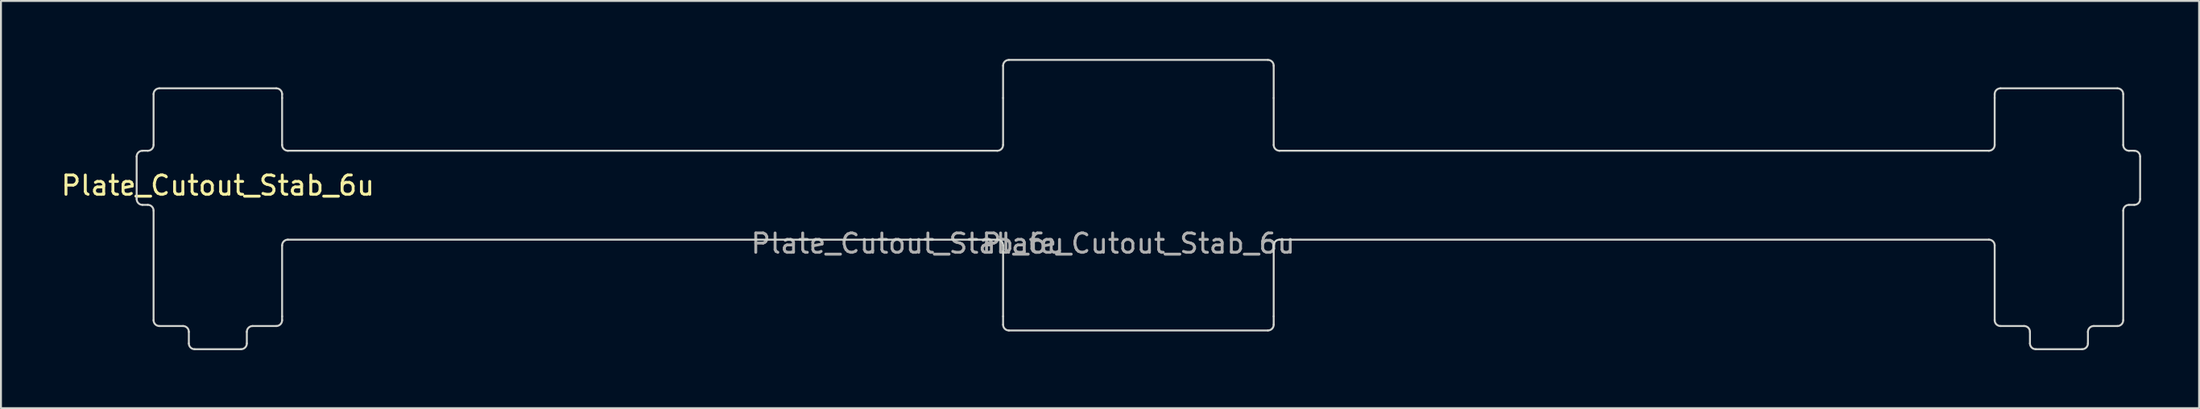
<source format=kicad_pcb>
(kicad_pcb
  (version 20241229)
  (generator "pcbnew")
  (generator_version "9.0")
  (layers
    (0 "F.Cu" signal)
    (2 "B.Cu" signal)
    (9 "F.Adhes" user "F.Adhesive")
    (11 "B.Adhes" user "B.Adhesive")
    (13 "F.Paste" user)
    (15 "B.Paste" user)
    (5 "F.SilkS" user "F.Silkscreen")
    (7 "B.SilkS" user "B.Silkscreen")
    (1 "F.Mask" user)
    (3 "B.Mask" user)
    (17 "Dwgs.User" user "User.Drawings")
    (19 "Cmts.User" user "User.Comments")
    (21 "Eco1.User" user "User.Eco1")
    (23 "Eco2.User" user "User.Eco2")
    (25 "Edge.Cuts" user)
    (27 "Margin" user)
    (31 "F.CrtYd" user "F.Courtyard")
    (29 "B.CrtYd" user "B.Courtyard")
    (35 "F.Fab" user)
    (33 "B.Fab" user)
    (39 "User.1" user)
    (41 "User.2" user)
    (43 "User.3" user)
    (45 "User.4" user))
  (footprint "Plate_Cutout_Stab_6u"
    (layer "F.Cu")
    (at 55.845 7.05)
    (property "Reference" "Plate_Cutout_Stab_6u" (at -47.625 -0.5 0) (unlocked yes) (layer "F.SilkS") (effects (font (size 1 1) (thickness 0.15))))
    (attr through_hole)
    (fp_line (start -51.825 -2) (end -51.825 0.2) (stroke (width 0.1) (type default)) (layer "Edge.Cuts"))
    (fp_line (start -51.525 0.5) (end -51.25 0.5) (stroke (width 0.1) (type default)) (layer "Edge.Cuts"))
    (fp_line (start -51.25 -2.3) (end -51.525 -2.3) (stroke (width 0.1) (type default)) (layer "Edge.Cuts"))
    (fp_line (start -50.95 -2.6) (end -50.95 -5.23) (stroke (width 0.1) (type default)) (layer "Edge.Cuts"))
    (fp_line (start -50.95 0.8) (end -50.95 6.47) (stroke (width 0.1) (type default)) (layer "Edge.Cuts"))
    (fp_line (start -50.65 -5.53) (end -44.6 -5.53) (stroke (width 0.1) (type default)) (layer "Edge.Cuts"))
    (fp_line (start -50.65 6.77) (end -49.425 6.77) (stroke (width 0.1) (type default)) (layer "Edge.Cuts"))
    (fp_line (start -49.125 7.07) (end -49.125 7.67) (stroke (width 0.1) (type default)) (layer "Edge.Cuts"))
    (fp_line (start -48.825 7.97) (end -46.425 7.97) (stroke (width 0.1) (type default)) (layer "Edge.Cuts"))
    (fp_line (start -46.125 7.67) (end -46.125 7.07) (stroke (width 0.1) (type default)) (layer "Edge.Cuts"))
    (fp_line (start -45.825 6.77) (end -44.6 6.77) (stroke (width 0.1) (type default)) (layer "Edge.Cuts"))
    (fp_line (start -44.3 -5.23) (end -44.3 -5.03) (stroke (width 0.1) (type default)) (layer "Edge.Cuts"))
    (fp_line (start -44.3 -5.03) (end -44.3 -2.6) (stroke (width 0.1) (type default)) (layer "Edge.Cuts"))
    (fp_line (start -44.3 6.27) (end -44.3 2.6) (stroke (width 0.1) (type default)) (layer "Edge.Cuts"))
    (fp_line (start -44.3 6.47) (end -44.3 6.27) (stroke (width 0.1) (type default)) (layer "Edge.Cuts"))
    (fp_line (start -44 2.3) (end -7.3 2.3) (stroke (width 0.1) (type default)) (layer "Edge.Cuts"))
    (fp_line (start -7.3 -2.3) (end -44 -2.3) (stroke (width 0.1) (type default)) (layer "Edge.Cuts"))
    (fp_line (start -7 -6.7) (end -7 -5.03) (stroke (width 0.1) (type default)) (layer "Edge.Cuts"))
    (fp_line (start -7 -2.6) (end -7 -5.03) (stroke (width 0.1) (type default)) (layer "Edge.Cuts"))
    (fp_line (start -7 2.6) (end -7 6.27) (stroke (width 0.1) (type default)) (layer "Edge.Cuts"))
    (fp_line (start -7 6.7) (end -7 6.27) (stroke (width 0.1) (type default)) (layer "Edge.Cuts"))
    (fp_line (start -6.7 -7) (end 6.7 -7) (stroke (width 0.1) (type solid)) (layer "Edge.Cuts"))
    (fp_line (start -6.7 7) (end 6.7 7) (stroke (width 0.1) (type solid)) (layer "Edge.Cuts"))
    (fp_line (start 7 -6.7) (end 7 -5.03) (stroke (width 0.1) (type default)) (layer "Edge.Cuts"))
    (fp_line (start 7 -2.6) (end 7 -5.03) (stroke (width 0.1) (type default)) (layer "Edge.Cuts"))
    (fp_line (start 7 6.27) (end 7 2.6) (stroke (width 0.1) (type default)) (layer "Edge.Cuts"))
    (fp_line (start 7 6.7) (end 7 6.27) (stroke (width 0.1) (type default)) (layer "Edge.Cuts"))
    (fp_line (start 7.3 -2.3) (end 44 -2.3) (stroke (width 0.1) (type default)) (layer "Edge.Cuts"))
    (fp_line (start 44 2.3) (end 7.3 2.3) (stroke (width 0.1) (type default)) (layer "Edge.Cuts"))
    (fp_line (start 44.3 -5.03) (end 44.3 -5.23) (stroke (width 0.1) (type default)) (layer "Edge.Cuts"))
    (fp_line (start 44.3 -5.03) (end 44.3 -2.6) (stroke (width 0.1) (type default)) (layer "Edge.Cuts"))
    (fp_line (start 44.3 2.6) (end 44.3 6.47) (stroke (width 0.1) (type default)) (layer "Edge.Cuts"))
    (fp_line (start 44.6 -5.53) (end 50.65 -5.53) (stroke (width 0.1) (type default)) (layer "Edge.Cuts"))
    (fp_line (start 45.825 6.77) (end 44.6 6.77) (stroke (width 0.1) (type default)) (layer "Edge.Cuts"))
    (fp_line (start 46.125 7.67) (end 46.125 7.07) (stroke (width 0.1) (type default)) (layer "Edge.Cuts"))
    (fp_line (start 48.825 7.97) (end 46.425 7.97) (stroke (width 0.1) (type default)) (layer "Edge.Cuts"))
    (fp_line (start 49.125 7.07) (end 49.125 7.67) (stroke (width 0.1) (type default)) (layer "Edge.Cuts"))
    (fp_line (start 50.65 6.77) (end 49.425 6.77) (stroke (width 0.1) (type default)) (layer "Edge.Cuts"))
    (fp_line (start 50.95 -5.23) (end 50.95 -2.6) (stroke (width 0.1) (type default)) (layer "Edge.Cuts"))
    (fp_line (start 50.95 0.8) (end 50.95 6.47) (stroke (width 0.1) (type default)) (layer "Edge.Cuts"))
    (fp_line (start 51.25 -2.3) (end 51.525 -2.3) (stroke (width 0.1) (type default)) (layer "Edge.Cuts"))
    (fp_line (start 51.525 0.5) (end 51.25 0.5) (stroke (width 0.1) (type default)) (layer "Edge.Cuts"))
    (fp_line (start 51.825 -2) (end 51.825 0.2) (stroke (width 0.1) (type default)) (layer "Edge.Cuts"))
    (fp_arc (start -51.825 -2) (mid -51.737132 -2.212132) (end -51.525 -2.3) (stroke (width 0.1) (type default)) (layer "Edge.Cuts"))
    (fp_arc (start -51.525 0.5) (mid -51.737132 0.412132) (end -51.825 0.2) (stroke (width 0.1) (type default)) (layer "Edge.Cuts"))
    (fp_arc (start -51.25 0.5) (mid -51.037868 0.587868) (end -50.95 0.8) (stroke (width 0.1) (type default)) (layer "Edge.Cuts"))
    (fp_arc (start -50.95 -5.23) (mid -50.862132 -5.442132) (end -50.65 -5.53) (stroke (width 0.1) (type default)) (layer "Edge.Cuts"))
    (fp_arc (start -50.95 -2.6) (mid -51.037868 -2.387868) (end -51.25 -2.3) (stroke (width 0.1) (type default)) (layer "Edge.Cuts"))
    (fp_arc (start -50.65 6.77) (mid -50.862132 6.682132) (end -50.95 6.47) (stroke (width 0.1) (type default)) (layer "Edge.Cuts"))
    (fp_arc (start -49.425 6.77) (mid -49.212868 6.857868) (end -49.125 7.07) (stroke (width 0.1) (type default)) (layer "Edge.Cuts"))
    (fp_arc (start -48.825 7.97) (mid -49.037132 7.882132) (end -49.125 7.67) (stroke (width 0.1) (type default)) (layer "Edge.Cuts"))
    (fp_arc (start -46.125 7.07) (mid -46.037132 6.857868) (end -45.825 6.77) (stroke (width 0.1) (type default)) (layer "Edge.Cuts"))
    (fp_arc (start -46.125 7.67) (mid -46.212868 7.882132) (end -46.425 7.97) (stroke (width 0.1) (type default)) (layer "Edge.Cuts"))
    (fp_arc (start -44.6 -5.53) (mid -44.387868 -5.442132) (end -44.3 -5.23) (stroke (width 0.1) (type default)) (layer "Edge.Cuts"))
    (fp_arc (start -44.3 2.6) (mid -44.212132 2.387868) (end -44 2.3) (stroke (width 0.1) (type default)) (layer "Edge.Cuts"))
    (fp_arc (start -44.3 6.47) (mid -44.387868 6.682132) (end -44.6 6.77) (stroke (width 0.1) (type default)) (layer "Edge.Cuts"))
    (fp_arc (start -44 -2.3) (mid -44.212132 -2.387868) (end -44.3 -2.6) (stroke (width 0.1) (type default)) (layer "Edge.Cuts"))
    (fp_arc (start -7.3 2.3) (mid -7.087868 2.387868) (end -7 2.6) (stroke (width 0.1) (type default)) (layer "Edge.Cuts"))
    (fp_arc (start -7 -6.7) (mid -6.912132 -6.912132) (end -6.7 -7) (stroke (width 0.1) (type default)) (layer "Edge.Cuts"))
    (fp_arc (start -7 -2.6) (mid -7.087868 -2.387868) (end -7.3 -2.3) (stroke (width 0.1) (type default)) (layer "Edge.Cuts"))
    (fp_arc (start -6.7 7) (mid -6.912132 6.912132) (end -7 6.7) (stroke (width 0.1) (type default)) (layer "Edge.Cuts"))
    (fp_arc (start 6.7 -7) (mid 6.912132 -6.912132) (end 7 -6.7) (stroke (width 0.1) (type default)) (layer "Edge.Cuts"))
    (fp_arc (start 7 2.6) (mid 7.087868 2.387868) (end 7.3 2.3) (stroke (width 0.1) (type default)) (layer "Edge.Cuts"))
    (fp_arc (start 7 6.7) (mid 6.912132 6.912132) (end 6.7 7) (stroke (width 0.1) (type default)) (layer "Edge.Cuts"))
    (fp_arc (start 7.3 -2.3) (mid 7.087868 -2.387868) (end 7 -2.6) (stroke (width 0.1) (type default)) (layer "Edge.Cuts"))
    (fp_arc (start 44 2.3) (mid 44.212132 2.387868) (end 44.3 2.6) (stroke (width 0.1) (type default)) (layer "Edge.Cuts"))
    (fp_arc (start 44.3 -5.23) (mid 44.387868 -5.442132) (end 44.6 -5.53) (stroke (width 0.1) (type default)) (layer "Edge.Cuts"))
    (fp_arc (start 44.3 -2.6) (mid 44.212132 -2.387868) (end 44 -2.3) (stroke (width 0.1) (type default)) (layer "Edge.Cuts"))
    (fp_arc (start 44.6 6.77) (mid 44.387868 6.682132) (end 44.3 6.47) (stroke (width 0.1) (type default)) (layer "Edge.Cuts"))
    (fp_arc (start 45.825 6.77) (mid 46.037132 6.857868) (end 46.125 7.07) (stroke (width 0.1) (type default)) (layer "Edge.Cuts"))
    (fp_arc (start 46.425 7.97) (mid 46.212868 7.882132) (end 46.125 7.67) (stroke (width 0.1) (type default)) (layer "Edge.Cuts"))
    (fp_arc (start 49.125 7.07) (mid 49.212868 6.857868) (end 49.425 6.77) (stroke (width 0.1) (type default)) (layer "Edge.Cuts"))
    (fp_arc (start 49.125 7.67) (mid 49.037132 7.882132) (end 48.825 7.97) (stroke (width 0.1) (type default)) (layer "Edge.Cuts"))
    (fp_arc (start 50.65 -5.53) (mid 50.862132 -5.442132) (end 50.95 -5.23) (stroke (width 0.1) (type default)) (layer "Edge.Cuts"))
    (fp_arc (start 50.95 0.8) (mid 51.037868 0.587868) (end 51.25 0.5) (stroke (width 0.1) (type default)) (layer "Edge.Cuts"))
    (fp_arc (start 50.95 6.47) (mid 50.862132 6.682132) (end 50.65 6.77) (stroke (width 0.1) (type default)) (layer "Edge.Cuts"))
    (fp_arc (start 51.25 -2.3) (mid 51.037868 -2.387868) (end 50.95 -2.6) (stroke (width 0.1) (type default)) (layer "Edge.Cuts"))
    (fp_arc (start 51.525 -2.3) (mid 51.737132 -2.212132) (end 51.825 -2) (stroke (width 0.1) (type default)) (layer "Edge.Cuts"))
    (fp_arc (start 51.825 0.2) (mid 51.737132 0.412132) (end 51.525 0.5) (stroke (width 0.1) (type default)) (layer "Edge.Cuts"))
    (fp_text user "${REFERENCE}" (at 0 2.5 0) (unlocked yes) (layer "F.Fab") (effects (font (size 1 1) (thickness 0.15))))
    (fp_text user "${REFERENCE}" (at -11.938 2.5 0) (unlocked yes) (layer "F.Fab") (effects (font (size 1 1) (thickness 0.15)))))
  (gr_rect
    (start -3 -3)
    (end 110.72 18.07)
    (stroke (width 0.1) (type default))
    (fill no)
    (layer "Edge.Cuts")))
</source>
